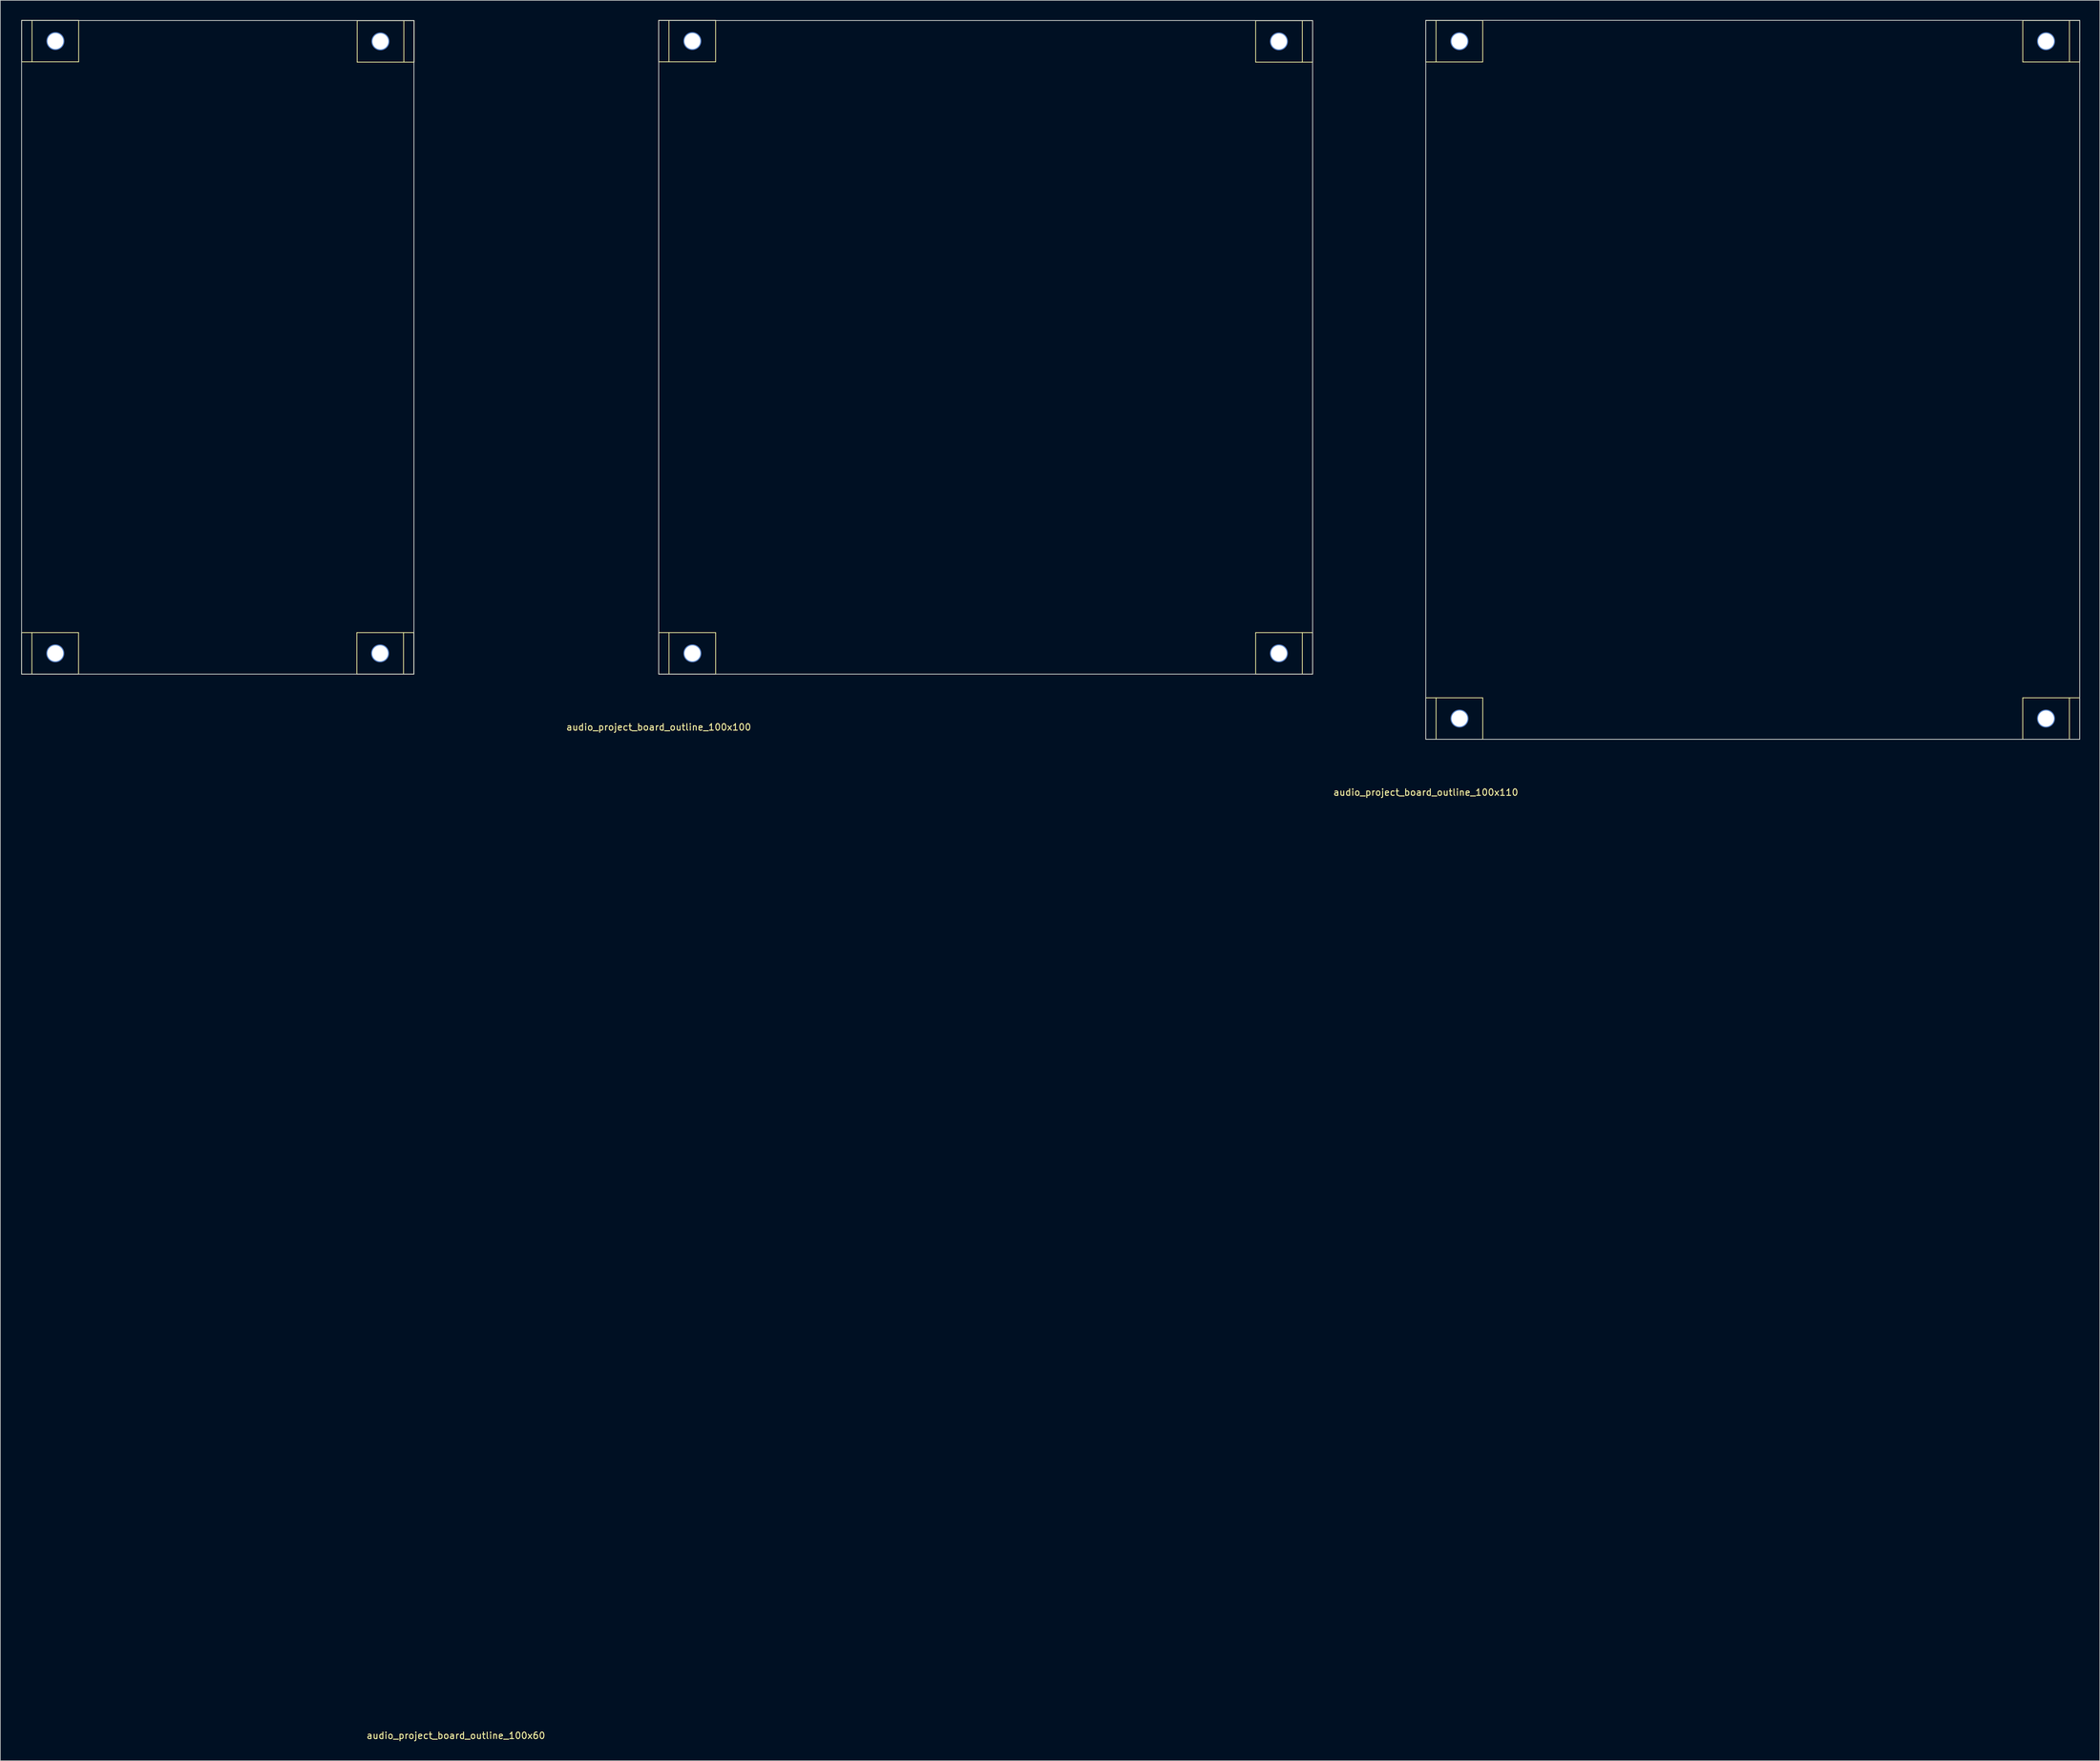
<source format=kicad_pcb>
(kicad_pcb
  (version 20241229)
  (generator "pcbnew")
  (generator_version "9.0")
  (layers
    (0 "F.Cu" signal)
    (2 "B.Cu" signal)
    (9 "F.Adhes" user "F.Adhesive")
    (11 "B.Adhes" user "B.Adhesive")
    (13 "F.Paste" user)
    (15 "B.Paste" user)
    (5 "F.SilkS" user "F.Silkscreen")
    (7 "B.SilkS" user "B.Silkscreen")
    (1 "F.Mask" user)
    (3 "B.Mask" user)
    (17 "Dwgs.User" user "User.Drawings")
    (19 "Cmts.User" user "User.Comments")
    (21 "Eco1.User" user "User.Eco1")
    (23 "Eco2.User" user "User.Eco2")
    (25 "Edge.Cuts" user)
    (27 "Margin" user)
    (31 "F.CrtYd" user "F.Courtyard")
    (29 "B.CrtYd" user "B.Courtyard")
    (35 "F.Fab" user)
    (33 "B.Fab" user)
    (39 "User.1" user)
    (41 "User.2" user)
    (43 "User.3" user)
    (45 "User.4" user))
  (footprint "audio_project_board_outline_100x60"
    (layer "F.Cu")
    (at 0.25 100.085)
    (property "Reference" "audio_project_board_outline_100x60" (at 66.414 162.401 180) (layer "F.SilkS") (effects (font (size 1 1) (thickness 0.15))))
    (attr through_hole)
    (fp_line (start 0 -6.35) (end 8.712 -6.35) (stroke (width 0.12) (type solid)) (layer "F.SilkS"))
    (fp_line (start 0 0) (end 0 -6.35) (stroke (width 0.12) (type solid)) (layer "F.SilkS"))
    (fp_line (start 0 0) (end 8.712 0) (stroke (width 0.12) (type solid)) (layer "F.SilkS"))
    (fp_line (start 0.019 -100.025) (end 8.731 -100.025) (stroke (width 0.12) (type solid)) (layer "F.SilkS"))
    (fp_line (start 0.019 -93.675) (end 0.019 -100.025) (stroke (width 0.12) (type solid)) (layer "F.SilkS"))
    (fp_line (start 0.019 -93.675) (end 8.731 -93.675) (stroke (width 0.12) (type solid)) (layer "F.SilkS"))
    (fp_line (start 1.575 0) (end 1.575 -6.35) (stroke (width 0.12) (type solid)) (layer "F.SilkS"))
    (fp_line (start 1.594 -93.675) (end 1.594 -100.025) (stroke (width 0.12) (type solid)) (layer "F.SilkS"))
    (fp_line (start 8.712 0) (end 8.712 -6.35) (stroke (width 0.12) (type solid)) (layer "F.SilkS"))
    (fp_line (start 8.731 -93.675) (end 8.731 -100.025) (stroke (width 0.12) (type solid)) (layer "F.SilkS"))
    (fp_line (start 51.269 -6.35) (end 51.269 0) (stroke (width 0.12) (type solid)) (layer "F.SilkS"))
    (fp_line (start 51.319 -99.975) (end 51.319 -93.625) (stroke (width 0.12) (type solid)) (layer "F.SilkS"))
    (fp_line (start 58.406 -6.35) (end 58.406 0) (stroke (width 0.12) (type solid)) (layer "F.SilkS"))
    (fp_line (start 58.456 -99.975) (end 58.456 -93.625) (stroke (width 0.12) (type solid)) (layer "F.SilkS"))
    (fp_line (start 59.981 -6.35) (end 51.269 -6.35) (stroke (width 0.12) (type solid)) (layer "F.SilkS"))
    (fp_line (start 59.981 -6.35) (end 59.981 0) (stroke (width 0.12) (type solid)) (layer "F.SilkS"))
    (fp_line (start 59.981 0) (end 51.269 0) (stroke (width 0.12) (type solid)) (layer "F.SilkS"))
    (fp_line (start 60.031 -99.975) (end 51.319 -99.975) (stroke (width 0.12) (type solid)) (layer "F.SilkS"))
    (fp_line (start 60.031 -99.975) (end 60.031 -93.625) (stroke (width 0.12) (type solid)) (layer "F.SilkS"))
    (fp_line (start 60.031 -93.625) (end 51.319 -93.625) (stroke (width 0.12) (type solid)) (layer "F.SilkS"))
    (fp_line (start 0 -100) (end 60 -100) (stroke (width 0.12) (type solid)) (layer "Edge.Cuts"))
    (fp_line (start 0 0) (end 0 -100) (stroke (width 0.12) (type solid)) (layer "Edge.Cuts"))
    (fp_line (start 0 0) (end 60 0) (stroke (width 0.12) (type solid)) (layer "Edge.Cuts"))
    (fp_line (start 60 0) (end 60 -100) (stroke (width 0.12) (type solid)) (layer "Edge.Cuts"))
    (pad "1" thru_hole circle (at 5.156 -3.175 180) (size 2.75 2.75) (drill 2.45) (layers "*.Cu" "*.Mask"))
    (pad "1" thru_hole circle (at 5.175 -96.85 180) (size 2.75 2.75) (drill 2.45) (layers "*.Cu" "*.Mask"))
    (pad "1" thru_hole circle (at 54.825 -3.175) (size 2.75 2.75) (drill 2.45) (layers "*.Cu" "*.Mask"))
    (pad "1" thru_hole circle (at 54.875 -96.8) (size 2.75 2.75) (drill 2.45) (layers "*.Cu" "*.Mask")))
  (footprint "audio_project_board_outline_100x100"
    (layer "F.Cu")
    (at 97.676 100.085)
    (property "Reference" "audio_project_board_outline_100x100" (at 0 8.12 180) (layer "F.SilkS") (effects (font (size 1 1) (thickness 0.15))))
    (attr through_hole)
    (fp_line (start -0.006 -100.025) (end 8.706 -100.025) (stroke (width 0.12) (type solid)) (layer "F.SilkS"))
    (fp_line (start -0.006 -93.675) (end -0.006 -100.025) (stroke (width 0.12) (type solid)) (layer "F.SilkS"))
    (fp_line (start -0.006 -93.675) (end 8.706 -93.675) (stroke (width 0.12) (type solid)) (layer "F.SilkS"))
    (fp_line (start 0 -6.35) (end 8.712 -6.35) (stroke (width 0.12) (type solid)) (layer "F.SilkS"))
    (fp_line (start 0 0) (end 0 -6.35) (stroke (width 0.12) (type solid)) (layer "F.SilkS"))
    (fp_line (start 0 0) (end 8.712 0) (stroke (width 0.12) (type solid)) (layer "F.SilkS"))
    (fp_line (start 1.569 -93.675) (end 1.569 -100.025) (stroke (width 0.12) (type solid)) (layer "F.SilkS"))
    (fp_line (start 1.575 0) (end 1.575 -6.35) (stroke (width 0.12) (type solid)) (layer "F.SilkS"))
    (fp_line (start 8.706 -93.675) (end 8.706 -100.025) (stroke (width 0.12) (type solid)) (layer "F.SilkS"))
    (fp_line (start 8.712 0) (end 8.712 -6.35) (stroke (width 0.12) (type solid)) (layer "F.SilkS"))
    (fp_line (start 91.288 -99.975) (end 91.288 -93.625) (stroke (width 0.12) (type solid)) (layer "F.SilkS"))
    (fp_line (start 91.288 -6.35) (end 91.288 0) (stroke (width 0.12) (type solid)) (layer "F.SilkS"))
    (fp_line (start 98.425 -99.975) (end 98.425 -93.625) (stroke (width 0.12) (type solid)) (layer "F.SilkS"))
    (fp_line (start 98.425 -6.35) (end 98.425 0) (stroke (width 0.12) (type solid)) (layer "F.SilkS"))
    (fp_line (start 100 -99.975) (end 91.288 -99.975) (stroke (width 0.12) (type solid)) (layer "F.SilkS"))
    (fp_line (start 100 -99.975) (end 100 -93.625) (stroke (width 0.12) (type solid)) (layer "F.SilkS"))
    (fp_line (start 100 -93.625) (end 91.288 -93.625) (stroke (width 0.12) (type solid)) (layer "F.SilkS"))
    (fp_line (start 100 -6.35) (end 91.288 -6.35) (stroke (width 0.12) (type solid)) (layer "F.SilkS"))
    (fp_line (start 100 -6.35) (end 100 0) (stroke (width 0.12) (type solid)) (layer "F.SilkS"))
    (fp_line (start 100 0) (end 91.288 0) (stroke (width 0.12) (type solid)) (layer "F.SilkS"))
    (fp_line (start 0 -100) (end 100 -100) (stroke (width 0.12) (type solid)) (layer "Edge.Cuts"))
    (fp_line (start 0 0) (end 0 -100) (stroke (width 0.12) (type solid)) (layer "Edge.Cuts"))
    (fp_line (start 0 0) (end 100 0) (stroke (width 0.12) (type solid)) (layer "Edge.Cuts"))
    (fp_line (start 100 0) (end 100 -100) (stroke (width 0.12) (type solid)) (layer "Edge.Cuts"))
    (pad "1" thru_hole circle (at 5.15 -96.85 180) (size 2.75 2.75) (drill 2.45) (layers "*.Cu" "*.Mask"))
    (pad "1" thru_hole circle (at 5.156 -3.175 180) (size 2.75 2.75) (drill 2.45) (layers "*.Cu" "*.Mask"))
    (pad "1" thru_hole circle (at 94.844 -96.8) (size 2.75 2.75) (drill 2.45) (layers "*.Cu" "*.Mask"))
    (pad "1" thru_hole circle (at 94.844 -3.175) (size 2.75 2.75) (drill 2.45) (layers "*.Cu" "*.Mask")))
  (footprint "audio_project_board_outline_100x110"
    (layer "F.Cu")
    (at 214.98 110.06)
    (property "Reference" "audio_project_board_outline_100x110" (at 0 8.12 180) (layer "F.SilkS") (effects (font (size 1 1) (thickness 0.15))))
    (attr through_hole)
    (fp_line (start -0.006 -109.975) (end 8.706 -109.975) (stroke (width 0.12) (type solid)) (layer "F.SilkS"))
    (fp_line (start -0.006 -103.625) (end -0.006 -109.975) (stroke (width 0.12) (type solid)) (layer "F.SilkS"))
    (fp_line (start -0.006 -103.625) (end 8.706 -103.625) (stroke (width 0.12) (type solid)) (layer "F.SilkS"))
    (fp_line (start 0 -6.35) (end 8.712 -6.35) (stroke (width 0.12) (type solid)) (layer "F.SilkS"))
    (fp_line (start 0 0) (end 0 -6.35) (stroke (width 0.12) (type solid)) (layer "F.SilkS"))
    (fp_line (start 0 0) (end 8.712 0) (stroke (width 0.12) (type solid)) (layer "F.SilkS"))
    (fp_line (start 1.569 -103.625) (end 1.569 -109.975) (stroke (width 0.12) (type solid)) (layer "F.SilkS"))
    (fp_line (start 1.575 0) (end 1.575 -6.35) (stroke (width 0.12) (type solid)) (layer "F.SilkS"))
    (fp_line (start 8.706 -103.625) (end 8.706 -109.975) (stroke (width 0.12) (type solid)) (layer "F.SilkS"))
    (fp_line (start 8.712 0) (end 8.712 -6.35) (stroke (width 0.12) (type solid)) (layer "F.SilkS"))
    (fp_line (start 91.288 -6.35) (end 91.288 0) (stroke (width 0.12) (type solid)) (layer "F.SilkS"))
    (fp_line (start 91.294 -109.975) (end 91.294 -103.625) (stroke (width 0.12) (type solid)) (layer "F.SilkS"))
    (fp_line (start 98.425 -6.35) (end 98.425 0) (stroke (width 0.12) (type solid)) (layer "F.SilkS"))
    (fp_line (start 98.431 -109.975) (end 98.431 -103.625) (stroke (width 0.12) (type solid)) (layer "F.SilkS"))
    (fp_line (start 100 -6.35) (end 91.288 -6.35) (stroke (width 0.12) (type solid)) (layer "F.SilkS"))
    (fp_line (start 100 -6.35) (end 100 0) (stroke (width 0.12) (type solid)) (layer "F.SilkS"))
    (fp_line (start 100 0) (end 91.288 0) (stroke (width 0.12) (type solid)) (layer "F.SilkS"))
    (fp_line (start 100.006 -109.975) (end 91.294 -109.975) (stroke (width 0.12) (type solid)) (layer "F.SilkS"))
    (fp_line (start 100.006 -109.975) (end 100.006 -103.625) (stroke (width 0.12) (type solid)) (layer "F.SilkS"))
    (fp_line (start 100.006 -103.625) (end 91.294 -103.625) (stroke (width 0.12) (type solid)) (layer "F.SilkS"))
    (fp_line (start 0 -110) (end 100 -110) (stroke (width 0.12) (type solid)) (layer "Edge.Cuts"))
    (fp_line (start 0 0) (end 0 -110) (stroke (width 0.12) (type solid)) (layer "Edge.Cuts"))
    (fp_line (start 0 0) (end 100 0) (stroke (width 0.12) (type solid)) (layer "Edge.Cuts"))
    (fp_line (start 100 0) (end 100 -110) (stroke (width 0.12) (type solid)) (layer "Edge.Cuts"))
    (pad "1" thru_hole circle (at 5.15 -106.8 180) (size 2.75 2.75) (drill 2.45) (layers "*.Cu" "*.Mask"))
    (pad "1" thru_hole circle (at 5.156 -3.175 180) (size 2.75 2.75) (drill 2.45) (layers "*.Cu" "*.Mask"))
    (pad "1" thru_hole circle (at 94.844 -3.175) (size 2.75 2.75) (drill 2.45) (layers "*.Cu" "*.Mask"))
    (pad "1" thru_hole circle (at 94.85 -106.8) (size 2.75 2.75) (drill 2.45) (layers "*.Cu" "*.Mask")))
  (gr_rect
    (start -3 -3)
    (end 318.046 266.335)
    (stroke (width 0.1) (type default))
    (fill no)
    (layer "Edge.Cuts")))
</source>
